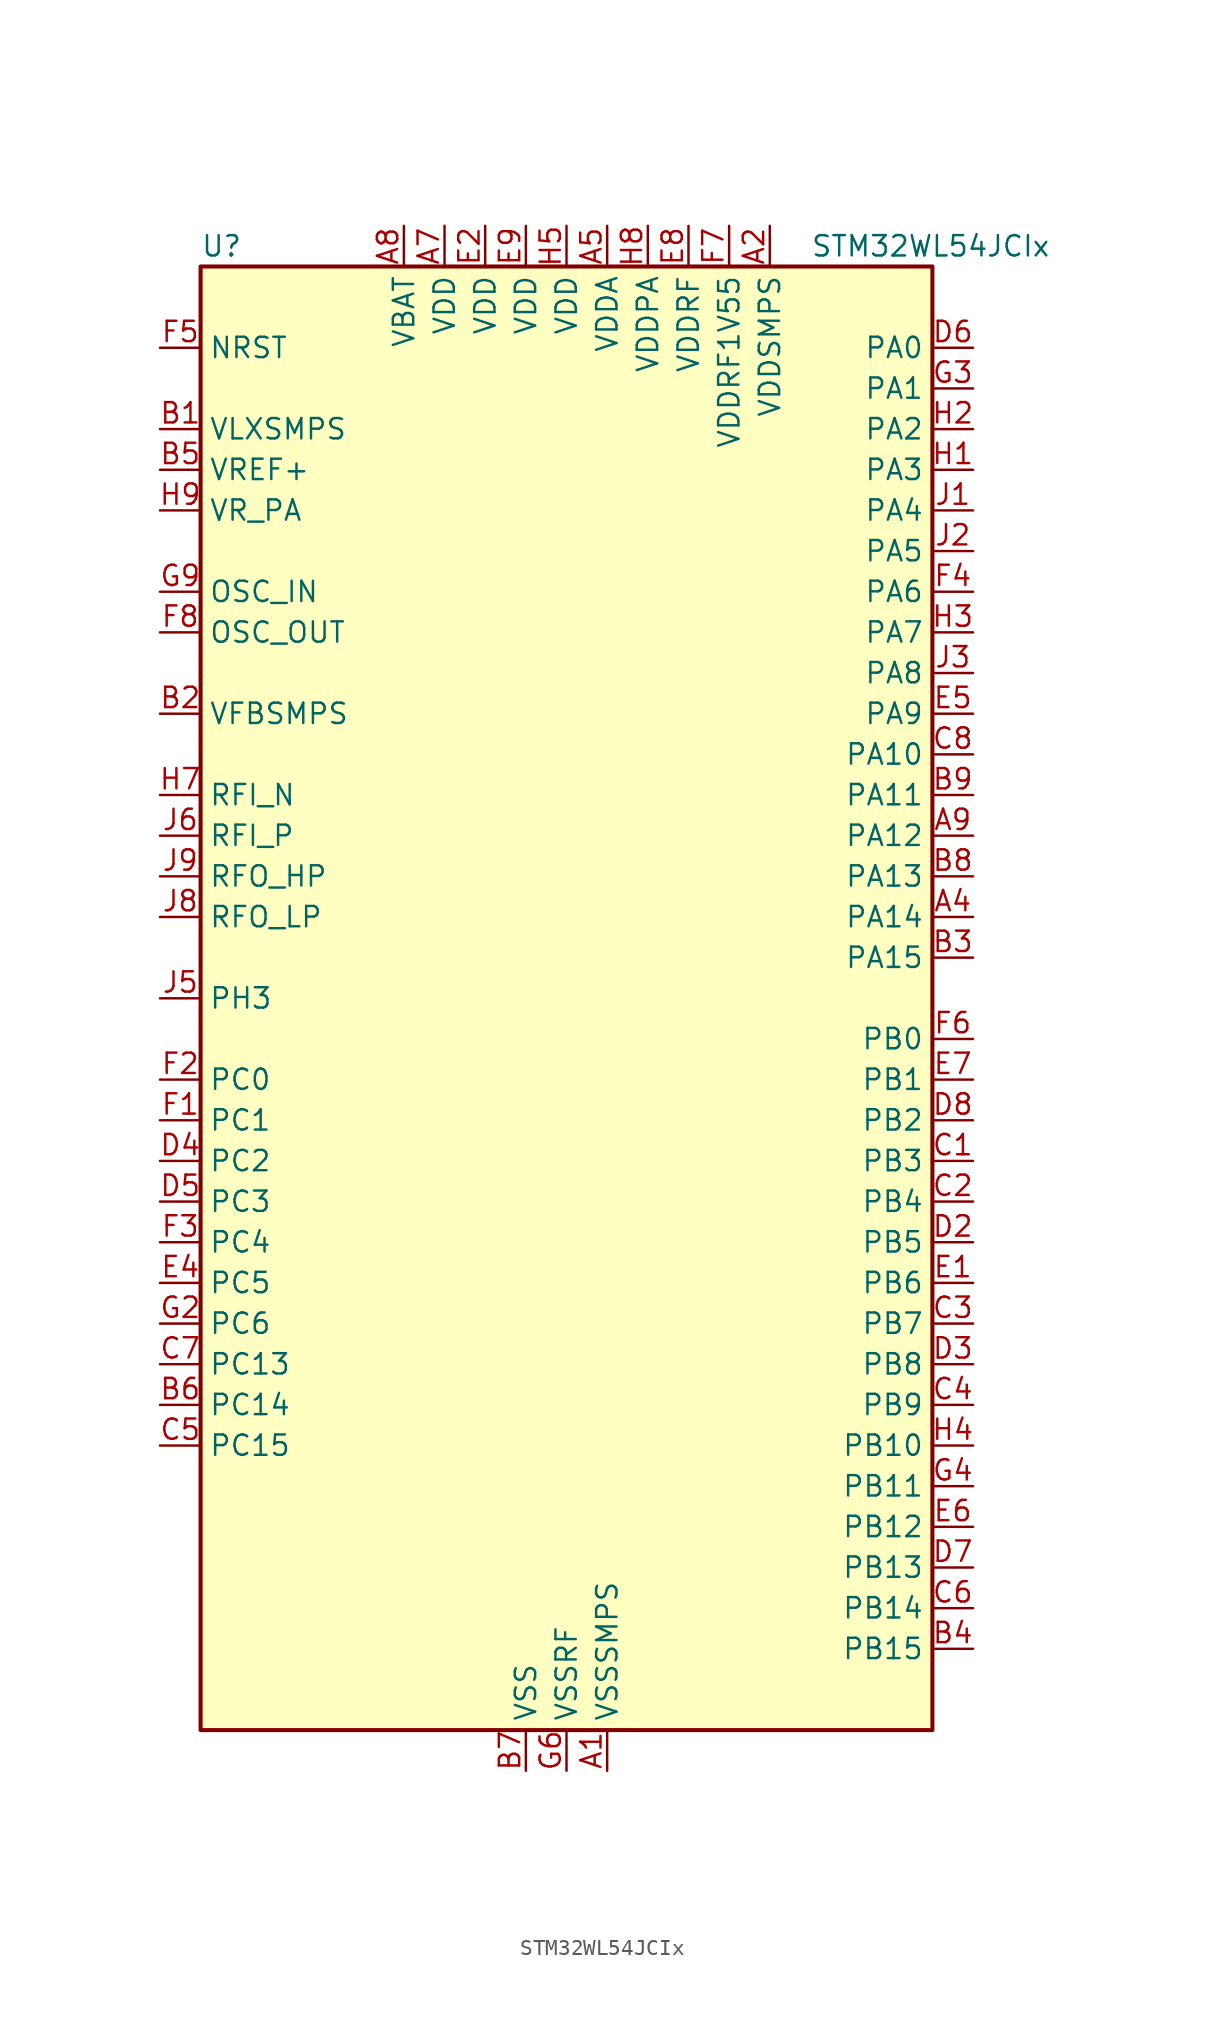
<source format=kicad_sym>
(kicad_symbol_lib
  (version 20241209)
  (generator "kicad_symbol_editor")
  (generator_version "9.0")
  (symbol "STM32WL54JCIx"
    (property "Reference" "U"
      (at -22.86 46.99 0)
      (effects (font (size 1.27 1.27)) (justify left)))
    (property "Value" "STM32WL54JCIx"
      (at 15.24 46.99 0)
      (effects (font (size 1.27 1.27)) (justify left)))
    (symbol "STM32WL54JCIx_0_1"
      (rectangle (start -22.86 -45.72) (end 22.86 45.72) (stroke (width 0.254) (type default)) (fill (type background))))
    (symbol "STM32WL54JCIx_1_1"
      (pin input line (at -25.4 40.64 0) (length 2.54) (name "NRST" (effects (font (size 1.27 1.27)))) (number "F5" (effects (font (size 1.27 1.27)))))
      (pin power_in line (at -25.4 35.56 0) (length 2.54) (name "VLXSMPS" (effects (font (size 1.27 1.27)))) (number "B1" (effects (font (size 1.27 1.27)))))
      (pin input line (at -25.4 33.02 0) (length 2.54) (name "VREF+" (effects (font (size 1.27 1.27)))) (number "B5" (effects (font (size 1.27 1.27)))) (alternate "VREFBUF_OUT" bidirectional line))
      (pin power_in line (at -25.4 30.48 0) (length 2.54) (name "VR_PA" (effects (font (size 1.27 1.27)))) (number "H9" (effects (font (size 1.27 1.27)))))
      (pin input line (at -25.4 25.4 0) (length 2.54) (name "OSC_IN" (effects (font (size 1.27 1.27)))) (number "G9" (effects (font (size 1.27 1.27)))) (alternate "RCC_OSC_IN" bidirectional line))
      (pin input line (at -25.4 22.86 0) (length 2.54) (name "OSC_OUT" (effects (font (size 1.27 1.27)))) (number "F8" (effects (font (size 1.27 1.27)))) (alternate "RCC_OSC_OUT" bidirectional line))
      (pin input line (at -25.4 17.78 0) (length 2.54) (name "VFBSMPS" (effects (font (size 1.27 1.27)))) (number "B2" (effects (font (size 1.27 1.27)))))
      (pin bidirectional line (at -25.4 12.7 0) (length 2.54) (name "RFI_N" (effects (font (size 1.27 1.27)))) (number "H7" (effects (font (size 1.27 1.27)))))
      (pin bidirectional line (at -25.4 10.16 0) (length 2.54) (name "RFI_P" (effects (font (size 1.27 1.27)))) (number "J6" (effects (font (size 1.27 1.27)))))
      (pin bidirectional line (at -25.4 7.62 0) (length 2.54) (name "RFO_HP" (effects (font (size 1.27 1.27)))) (number "J9" (effects (font (size 1.27 1.27)))))
      (pin bidirectional line (at -25.4 5.08 0) (length 2.54) (name "RFO_LP" (effects (font (size 1.27 1.27)))) (number "J8" (effects (font (size 1.27 1.27)))))
      (pin bidirectional line (at -25.4 0 0) (length 2.54) (name "PH3" (effects (font (size 1.27 1.27)))) (number "J5" (effects (font (size 1.27 1.27)))))
      (pin bidirectional line (at -25.4 -5.08 0) (length 2.54) (name "PC0" (effects (font (size 1.27 1.27)))) (number "F2" (effects (font (size 1.27 1.27)))) (alternate "I2C3_SCL" bidirectional line) (alternate "LPTIM1_IN1" bidirectional line) (alternate "LPTIM2_IN1" bidirectional line) (alternate "LPUART1_RX" bidirectional line))
      (pin bidirectional line (at -25.4 -7.62 0) (length 2.54) (name "PC1" (effects (font (size 1.27 1.27)))) (number "F1" (effects (font (size 1.27 1.27)))) (alternate "I2C3_SDA" bidirectional line) (alternate "I2S2_SD" bidirectional line) (alternate "LPTIM1_OUT" bidirectional line) (alternate "LPUART1_TX" bidirectional line) (alternate "SPI2_MOSI" bidirectional line))
      (pin bidirectional line (at -25.4 -10.16 0) (length 2.54) (name "PC2" (effects (font (size 1.27 1.27)))) (number "D4" (effects (font (size 1.27 1.27)))) (alternate "LPTIM1_IN2" bidirectional line) (alternate "SPI2_MISO" bidirectional line))
      (pin bidirectional line (at -25.4 -12.7 0) (length 2.54) (name "PC3" (effects (font (size 1.27 1.27)))) (number "D5" (effects (font (size 1.27 1.27)))) (alternate "I2S2_SD" bidirectional line) (alternate "LPTIM1_ETR" bidirectional line) (alternate "LPTIM2_ETR" bidirectional line) (alternate "SPI2_MOSI" bidirectional line))
      (pin bidirectional line (at -25.4 -15.24 0) (length 2.54) (name "PC4" (effects (font (size 1.27 1.27)))) (number "F3" (effects (font (size 1.27 1.27)))))
      (pin bidirectional line (at -25.4 -17.78 0) (length 2.54) (name "PC5" (effects (font (size 1.27 1.27)))) (number "E4" (effects (font (size 1.27 1.27)))))
      (pin bidirectional line (at -25.4 -20.32 0) (length 2.54) (name "PC6" (effects (font (size 1.27 1.27)))) (number "G2" (effects (font (size 1.27 1.27)))) (alternate "I2S2_MCK" bidirectional line))
      (pin bidirectional line (at -25.4 -22.86 0) (length 2.54) (name "PC13" (effects (font (size 1.27 1.27)))) (number "C7" (effects (font (size 1.27 1.27)))) (alternate "PWR_WKUP2" bidirectional line) (alternate "RTC_OUT1" bidirectional line) (alternate "RTC_TAMP_IN1" bidirectional line) (alternate "RTC_TS" bidirectional line))
      (pin bidirectional line (at -25.4 -25.4 0) (length 2.54) (name "PC14" (effects (font (size 1.27 1.27)))) (number "B6" (effects (font (size 1.27 1.27)))) (alternate "RCC_OSC32_IN" bidirectional line))
      (pin bidirectional line (at -25.4 -27.94 0) (length 2.54) (name "PC15" (effects (font (size 1.27 1.27)))) (number "C5" (effects (font (size 1.27 1.27)))) (alternate "RCC_OSC32_OUT" bidirectional line))
      (pin power_in line (at -10.16 48.26 270) (length 2.54) (name "VBAT" (effects (font (size 1.27 1.27)))) (number "A8" (effects (font (size 1.27 1.27)))))
      (pin power_in line (at -7.62 48.26 270) (length 2.54) (name "VDD" (effects (font (size 1.27 1.27)))) (number "A7" (effects (font (size 1.27 1.27)))))
      (pin power_in line (at -5.08 48.26 270) (length 2.54) (name "VDD" (effects (font (size 1.27 1.27)))) (number "E2" (effects (font (size 1.27 1.27)))))
      (pin power_in line (at -2.54 48.26 270) (length 2.54) (name "VDD" (effects (font (size 1.27 1.27)))) (number "E9" (effects (font (size 1.27 1.27)))))
      (pin power_in line (at -2.54 -48.26 90) (length 2.54) (name "VSS" (effects (font (size 1.27 1.27)))) (number "B7" (effects (font (size 1.27 1.27)))))
      (pin passive line (at -2.54 -48.26 90) (length 2.54) (hide yes) (name "VSS" (effects (font (size 1.27 1.27)))) (number "D9" (effects (font (size 1.27 1.27)))))
      (pin passive line (at -2.54 -48.26 90) (length 2.54) (hide yes) (name "VSS" (effects (font (size 1.27 1.27)))) (number "E3" (effects (font (size 1.27 1.27)))))
      (pin passive line (at -2.54 -48.26 90) (length 2.54) (hide yes) (name "VSS" (effects (font (size 1.27 1.27)))) (number "G5" (effects (font (size 1.27 1.27)))))
      (pin power_in line (at 0 48.26 270) (length 2.54) (name "VDD" (effects (font (size 1.27 1.27)))) (number "H5" (effects (font (size 1.27 1.27)))))
      (pin power_in line (at 0 -48.26 90) (length 2.54) (name "VSSRF" (effects (font (size 1.27 1.27)))) (number "G6" (effects (font (size 1.27 1.27)))))
      (pin passive line (at 0 -48.26 90) (length 2.54) (hide yes) (name "VSSRF" (effects (font (size 1.27 1.27)))) (number "G7" (effects (font (size 1.27 1.27)))))
      (pin passive line (at 0 -48.26 90) (length 2.54) (hide yes) (name "VSSRF" (effects (font (size 1.27 1.27)))) (number "G8" (effects (font (size 1.27 1.27)))))
      (pin passive line (at 0 -48.26 90) (length 2.54) (hide yes) (name "VSSRF" (effects (font (size 1.27 1.27)))) (number "H6" (effects (font (size 1.27 1.27)))))
      (pin power_in line (at 2.54 48.26 270) (length 2.54) (name "VDDA" (effects (font (size 1.27 1.27)))) (number "A5" (effects (font (size 1.27 1.27)))))
      (pin power_in line (at 2.54 -48.26 90) (length 2.54) (name "VSSSMPS" (effects (font (size 1.27 1.27)))) (number "A1" (effects (font (size 1.27 1.27)))))
      (pin power_in line (at 5.08 48.26 270) (length 2.54) (name "VDDPA" (effects (font (size 1.27 1.27)))) (number "H8" (effects (font (size 1.27 1.27)))))
      (pin power_in line (at 7.62 48.26 270) (length 2.54) (name "VDDRF" (effects (font (size 1.27 1.27)))) (number "E8" (effects (font (size 1.27 1.27)))))
      (pin power_in line (at 10.16 48.26 270) (length 2.54) (name "VDDRF1V55" (effects (font (size 1.27 1.27)))) (number "F7" (effects (font (size 1.27 1.27)))))
      (pin power_in line (at 12.7 48.26 270) (length 2.54) (name "VDDSMPS" (effects (font (size 1.27 1.27)))) (number "A2" (effects (font (size 1.27 1.27)))))
      (pin bidirectional line (at 25.4 40.64 180) (length 2.54) (name "PA0" (effects (font (size 1.27 1.27)))) (number "D6" (effects (font (size 1.27 1.27)))) (alternate "COMP1_OUT" bidirectional line) (alternate "DEBUG_PWR-REGLP1S" bidirectional line) (alternate "I2C3_SMBA" bidirectional line) (alternate "I2S_CKIN" bidirectional line) (alternate "PWR_WKUP1" bidirectional line) (alternate "RTC_TAMP_IN2" bidirectional line) (alternate "TIM2_CH1" bidirectional line) (alternate "TIM2_ETR" bidirectional line) (alternate "USART2_CTS" bidirectional line) (alternate "USART2_NSS" bidirectional line))
      (pin bidirectional line (at 25.4 38.1 180) (length 2.54) (name "PA1" (effects (font (size 1.27 1.27)))) (number "G3" (effects (font (size 1.27 1.27)))) (alternate "DEBUG_PWR-REGLP2S" bidirectional line) (alternate "I2C1_SMBA" bidirectional line) (alternate "LPTIM3_OUT" bidirectional line) (alternate "LPUART1_RTS" bidirectional line) (alternate "SPI1_SCK" bidirectional line) (alternate "TIM2_CH2" bidirectional line) (alternate "USART2_DE" bidirectional line) (alternate "USART2_RTS" bidirectional line))
      (pin bidirectional line (at 25.4 35.56 180) (length 2.54) (name "PA2" (effects (font (size 1.27 1.27)))) (number "H2" (effects (font (size 1.27 1.27)))) (alternate "COMP2_OUT" bidirectional line) (alternate "DEBUG_PWR-LDORDY" bidirectional line) (alternate "LPUART1_TX" bidirectional line) (alternate "RCC_LSCO" bidirectional line) (alternate "TIM2_CH3" bidirectional line) (alternate "USART2_TX" bidirectional line))
      (pin bidirectional line (at 25.4 33.02 180) (length 2.54) (name "PA3" (effects (font (size 1.27 1.27)))) (number "H1" (effects (font (size 1.27 1.27)))) (alternate "I2S2_MCK" bidirectional line) (alternate "LPUART1_RX" bidirectional line) (alternate "TIM2_CH4" bidirectional line) (alternate "USART2_RX" bidirectional line))
      (pin bidirectional line (at 25.4 30.48 180) (length 2.54) (name "PA4" (effects (font (size 1.27 1.27)))) (number "J1" (effects (font (size 1.27 1.27)))) (alternate "DEBUG_SUBGHZSPI-NSSOUT" bidirectional line) (alternate "LPTIM1_OUT" bidirectional line) (alternate "LPTIM2_OUT" bidirectional line) (alternate "RTC_OUT2" bidirectional line) (alternate "SPI1_NSS" bidirectional line) (alternate "USART2_CK" bidirectional line))
      (pin bidirectional line (at 25.4 27.94 180) (length 2.54) (name "PA5" (effects (font (size 1.27 1.27)))) (number "J2" (effects (font (size 1.27 1.27)))) (alternate "DEBUG_SUBGHZSPI-SCKOUT" bidirectional line) (alternate "LPTIM2_ETR" bidirectional line) (alternate "SPI1_SCK" bidirectional line) (alternate "SPI2_MISO" bidirectional line) (alternate "TIM2_CH1" bidirectional line) (alternate "TIM2_ETR" bidirectional line))
      (pin bidirectional line (at 25.4 25.4 180) (length 2.54) (name "PA6" (effects (font (size 1.27 1.27)))) (number "F4" (effects (font (size 1.27 1.27)))) (alternate "DEBUG_SUBGHZSPI-MISOOUT" bidirectional line) (alternate "I2C2_SMBA" bidirectional line) (alternate "LPUART1_CTS" bidirectional line) (alternate "SPI1_MISO" bidirectional line) (alternate "TIM16_CH1" bidirectional line) (alternate "TIM1_BKIN" bidirectional line))
      (pin bidirectional line (at 25.4 22.86 180) (length 2.54) (name "PA7" (effects (font (size 1.27 1.27)))) (number "H3" (effects (font (size 1.27 1.27)))) (alternate "COMP2_OUT" bidirectional line) (alternate "DEBUG_SUBGHZSPI-MOSIOUT" bidirectional line) (alternate "I2C3_SCL" bidirectional line) (alternate "SPI1_MOSI" bidirectional line) (alternate "TIM17_CH1" bidirectional line) (alternate "TIM1_CH1N" bidirectional line))
      (pin bidirectional line (at 25.4 20.32 180) (length 2.54) (name "PA8" (effects (font (size 1.27 1.27)))) (number "J3" (effects (font (size 1.27 1.27)))) (alternate "I2S2_CK" bidirectional line) (alternate "LPTIM2_OUT" bidirectional line) (alternate "RCC_MCO" bidirectional line) (alternate "SPI2_SCK" bidirectional line) (alternate "TIM1_CH1" bidirectional line) (alternate "USART1_CK" bidirectional line))
      (pin bidirectional line (at 25.4 17.78 180) (length 2.54) (name "PA9" (effects (font (size 1.27 1.27)))) (number "E5" (effects (font (size 1.27 1.27)))) (alternate "DAC_EXTI9" bidirectional line) (alternate "I2C1_SCL" bidirectional line) (alternate "I2S2_CK" bidirectional line) (alternate "I2S2_WS" bidirectional line) (alternate "SPI2_NSS" bidirectional line) (alternate "SPI2_SCK" bidirectional line) (alternate "TIM1_CH2" bidirectional line) (alternate "USART1_TX" bidirectional line))
      (pin bidirectional line (at 25.4 15.24 180) (length 2.54) (name "PA10" (effects (font (size 1.27 1.27)))) (number "C8" (effects (font (size 1.27 1.27)))) (alternate "ADC_IN6" bidirectional line) (alternate "COMP1_INM" bidirectional line) (alternate "COMP2_INM" bidirectional line) (alternate "DAC_OUT1" bidirectional line) (alternate "DEBUG_RF-HSE32RDY" bidirectional line) (alternate "I2C1_SDA" bidirectional line) (alternate "I2S2_SD" bidirectional line) (alternate "RTC_REFIN" bidirectional line) (alternate "SPI2_MOSI" bidirectional line) (alternate "TIM17_BKIN" bidirectional line) (alternate "TIM1_CH3" bidirectional line) (alternate "USART1_RX" bidirectional line))
      (pin bidirectional line (at 25.4 12.7 180) (length 2.54) (name "PA11" (effects (font (size 1.27 1.27)))) (number "B9" (effects (font (size 1.27 1.27)))) (alternate "ADC_EXTI11" bidirectional line) (alternate "ADC_IN7" bidirectional line) (alternate "COMP1_INM" bidirectional line) (alternate "COMP2_INM" bidirectional line) (alternate "DEBUG_RF-NRESET" bidirectional line) (alternate "I2C2_SDA" bidirectional line) (alternate "LPTIM3_ETR" bidirectional line) (alternate "SPI1_MISO" bidirectional line) (alternate "TIM1_BKIN2" bidirectional line) (alternate "TIM1_CH4" bidirectional line) (alternate "USART1_CTS" bidirectional line) (alternate "USART1_NSS" bidirectional line))
      (pin bidirectional line (at 25.4 10.16 180) (length 2.54) (name "PA12" (effects (font (size 1.27 1.27)))) (number "A9" (effects (font (size 1.27 1.27)))) (alternate "ADC_IN8" bidirectional line) (alternate "DEBUG_RF-BUSY" bidirectional line) (alternate "I2C2_SCL" bidirectional line) (alternate "LPTIM3_IN1" bidirectional line) (alternate "SPI1_MOSI" bidirectional line) (alternate "TIM1_ETR" bidirectional line) (alternate "USART1_DE" bidirectional line) (alternate "USART1_RTS" bidirectional line))
      (pin bidirectional line (at 25.4 7.62 180) (length 2.54) (name "PA13" (effects (font (size 1.27 1.27)))) (number "B8" (effects (font (size 1.27 1.27)))) (alternate "ADC_IN9" bidirectional line) (alternate "DEBUG_JTMS-SWDIO" bidirectional line) (alternate "I2C2_SMBA" bidirectional line) (alternate "IR_OUT" bidirectional line))
      (pin bidirectional line (at 25.4 5.08 180) (length 2.54) (name "PA14" (effects (font (size 1.27 1.27)))) (number "A4" (effects (font (size 1.27 1.27)))) (alternate "ADC_IN10" bidirectional line) (alternate "DEBUG_JTCK-SWCLK" bidirectional line) (alternate "I2C1_SMBA" bidirectional line) (alternate "LPTIM1_OUT" bidirectional line))
      (pin bidirectional line (at 25.4 2.54 180) (length 2.54) (name "PA15" (effects (font (size 1.27 1.27)))) (number "B3" (effects (font (size 1.27 1.27)))) (alternate "ADC_IN11" bidirectional line) (alternate "COMP1_INM" bidirectional line) (alternate "COMP2_INP" bidirectional line) (alternate "DEBUG_JTDI" bidirectional line) (alternate "I2C2_SDA" bidirectional line) (alternate "SPI1_NSS" bidirectional line) (alternate "TIM2_CH1" bidirectional line) (alternate "TIM2_ETR" bidirectional line))
      (pin bidirectional line (at 25.4 -2.54 180) (length 2.54) (name "PB0" (effects (font (size 1.27 1.27)))) (number "F6" (effects (font (size 1.27 1.27)))) (alternate "COMP1_OUT" bidirectional line) (alternate "VDDTCXO" bidirectional line))
      (pin bidirectional line (at 25.4 -5.08 180) (length 2.54) (name "PB1" (effects (font (size 1.27 1.27)))) (number "E7" (effects (font (size 1.27 1.27)))) (alternate "ADC_IN5" bidirectional line) (alternate "COMP2_INP" bidirectional line) (alternate "LPTIM2_IN1" bidirectional line) (alternate "LPUART1_DE" bidirectional line) (alternate "LPUART1_RTS" bidirectional line))
      (pin bidirectional line (at 25.4 -7.62 180) (length 2.54) (name "PB2" (effects (font (size 1.27 1.27)))) (number "D8" (effects (font (size 1.27 1.27)))) (alternate "ADC_IN4" bidirectional line) (alternate "COMP1_INP" bidirectional line) (alternate "COMP2_INM" bidirectional line) (alternate "DEBUG_RF-SMPSRDY" bidirectional line) (alternate "I2C3_SMBA" bidirectional line) (alternate "LPTIM1_OUT" bidirectional line) (alternate "SPI1_NSS" bidirectional line))
      (pin bidirectional line (at 25.4 -10.16 180) (length 2.54) (name "PB3" (effects (font (size 1.27 1.27)))) (number "C1" (effects (font (size 1.27 1.27)))) (alternate "ADC_IN2" bidirectional line) (alternate "COMP1_INM" bidirectional line) (alternate "COMP2_INM" bidirectional line) (alternate "DEBUG_JTDO-SWO" bidirectional line) (alternate "DEBUG_RF-DTB1" bidirectional line) (alternate "PWR_WKUP3" bidirectional line) (alternate "RTC_TAMP_IN3" bidirectional line) (alternate "SPI1_SCK" bidirectional line) (alternate "TIM2_CH2" bidirectional line) (alternate "USART1_DE" bidirectional line) (alternate "USART1_RTS" bidirectional line))
      (pin bidirectional line (at 25.4 -12.7 180) (length 2.54) (name "PB4" (effects (font (size 1.27 1.27)))) (number "C2" (effects (font (size 1.27 1.27)))) (alternate "ADC_IN3" bidirectional line) (alternate "COMP1_INP" bidirectional line) (alternate "COMP2_INP" bidirectional line) (alternate "DEBUG_JTRST" bidirectional line) (alternate "DEBUG_RF-LDORDY" bidirectional line) (alternate "I2C3_SDA" bidirectional line) (alternate "SPI1_MISO" bidirectional line) (alternate "TIM17_BKIN" bidirectional line) (alternate "USART1_CTS" bidirectional line) (alternate "USART1_NSS" bidirectional line))
      (pin bidirectional line (at 25.4 -15.24 180) (length 2.54) (name "PB5" (effects (font (size 1.27 1.27)))) (number "D2" (effects (font (size 1.27 1.27)))) (alternate "COMP2_OUT" bidirectional line) (alternate "I2C1_SMBA" bidirectional line) (alternate "LPTIM1_IN1" bidirectional line) (alternate "SPI1_MOSI" bidirectional line) (alternate "TIM16_BKIN" bidirectional line) (alternate "USART1_CK" bidirectional line))
      (pin bidirectional line (at 25.4 -17.78 180) (length 2.54) (name "PB6" (effects (font (size 1.27 1.27)))) (number "E1" (effects (font (size 1.27 1.27)))) (alternate "I2C1_SCL" bidirectional line) (alternate "LPTIM1_ETR" bidirectional line) (alternate "TIM16_CH1N" bidirectional line) (alternate "USART1_TX" bidirectional line))
      (pin bidirectional line (at 25.4 -20.32 180) (length 2.54) (name "PB7" (effects (font (size 1.27 1.27)))) (number "C3" (effects (font (size 1.27 1.27)))) (alternate "I2C1_SDA" bidirectional line) (alternate "LPTIM1_IN2" bidirectional line) (alternate "PWR_PVD_IN" bidirectional line) (alternate "TIM17_CH1N" bidirectional line) (alternate "TIM1_BKIN" bidirectional line) (alternate "USART1_RX" bidirectional line))
      (pin bidirectional line (at 25.4 -22.86 180) (length 2.54) (name "PB8" (effects (font (size 1.27 1.27)))) (number "D3" (effects (font (size 1.27 1.27)))) (alternate "I2C1_SCL" bidirectional line) (alternate "TIM16_CH1" bidirectional line) (alternate "TIM1_CH2N" bidirectional line))
      (pin bidirectional line (at 25.4 -25.4 180) (length 2.54) (name "PB9" (effects (font (size 1.27 1.27)))) (number "C4" (effects (font (size 1.27 1.27)))) (alternate "DAC_EXTI9" bidirectional line) (alternate "I2C1_SDA" bidirectional line) (alternate "I2S2_WS" bidirectional line) (alternate "IR_OUT" bidirectional line) (alternate "SPI2_NSS" bidirectional line) (alternate "TIM17_CH1" bidirectional line) (alternate "TIM1_CH3N" bidirectional line))
      (pin bidirectional line (at 25.4 -27.94 180) (length 2.54) (name "PB10" (effects (font (size 1.27 1.27)))) (number "H4" (effects (font (size 1.27 1.27)))) (alternate "COMP1_OUT" bidirectional line) (alternate "I2C3_SCL" bidirectional line) (alternate "I2S2_CK" bidirectional line) (alternate "LPUART1_RX" bidirectional line) (alternate "SPI2_SCK" bidirectional line) (alternate "TIM2_CH3" bidirectional line))
      (pin bidirectional line (at 25.4 -30.48 180) (length 2.54) (name "PB11" (effects (font (size 1.27 1.27)))) (number "G4" (effects (font (size 1.27 1.27)))) (alternate "ADC_EXTI11" bidirectional line) (alternate "COMP2_OUT" bidirectional line) (alternate "I2C3_SDA" bidirectional line) (alternate "LPUART1_TX" bidirectional line) (alternate "TIM2_CH4" bidirectional line))
      (pin bidirectional line (at 25.4 -33.02 180) (length 2.54) (name "PB12" (effects (font (size 1.27 1.27)))) (number "E6" (effects (font (size 1.27 1.27)))) (alternate "I2C3_SMBA" bidirectional line) (alternate "I2S2_WS" bidirectional line) (alternate "LPUART1_RTS" bidirectional line) (alternate "SPI2_NSS" bidirectional line) (alternate "TIM1_BKIN" bidirectional line))
      (pin bidirectional line (at 25.4 -35.56 180) (length 2.54) (name "PB13" (effects (font (size 1.27 1.27)))) (number "D7" (effects (font (size 1.27 1.27)))) (alternate "ADC_IN0" bidirectional line) (alternate "I2C3_SCL" bidirectional line) (alternate "I2S2_CK" bidirectional line) (alternate "LPUART1_CTS" bidirectional line) (alternate "SPI2_SCK" bidirectional line) (alternate "TIM1_CH1N" bidirectional line))
      (pin bidirectional line (at 25.4 -38.1 180) (length 2.54) (name "PB14" (effects (font (size 1.27 1.27)))) (number "C6" (effects (font (size 1.27 1.27)))) (alternate "ADC_IN1" bidirectional line) (alternate "I2C3_SDA" bidirectional line) (alternate "I2S2_MCK" bidirectional line) (alternate "SPI2_MISO" bidirectional line) (alternate "TIM1_CH2N" bidirectional line))
      (pin bidirectional line (at 25.4 -40.64 180) (length 2.54) (name "PB15" (effects (font (size 1.27 1.27)))) (number "B4" (effects (font (size 1.27 1.27)))) (alternate "I2C2_SCL" bidirectional line) (alternate "I2S2_SD" bidirectional line) (alternate "SPI2_MOSI" bidirectional line) (alternate "TIM1_CH3N" bidirectional line)))))
</source>
